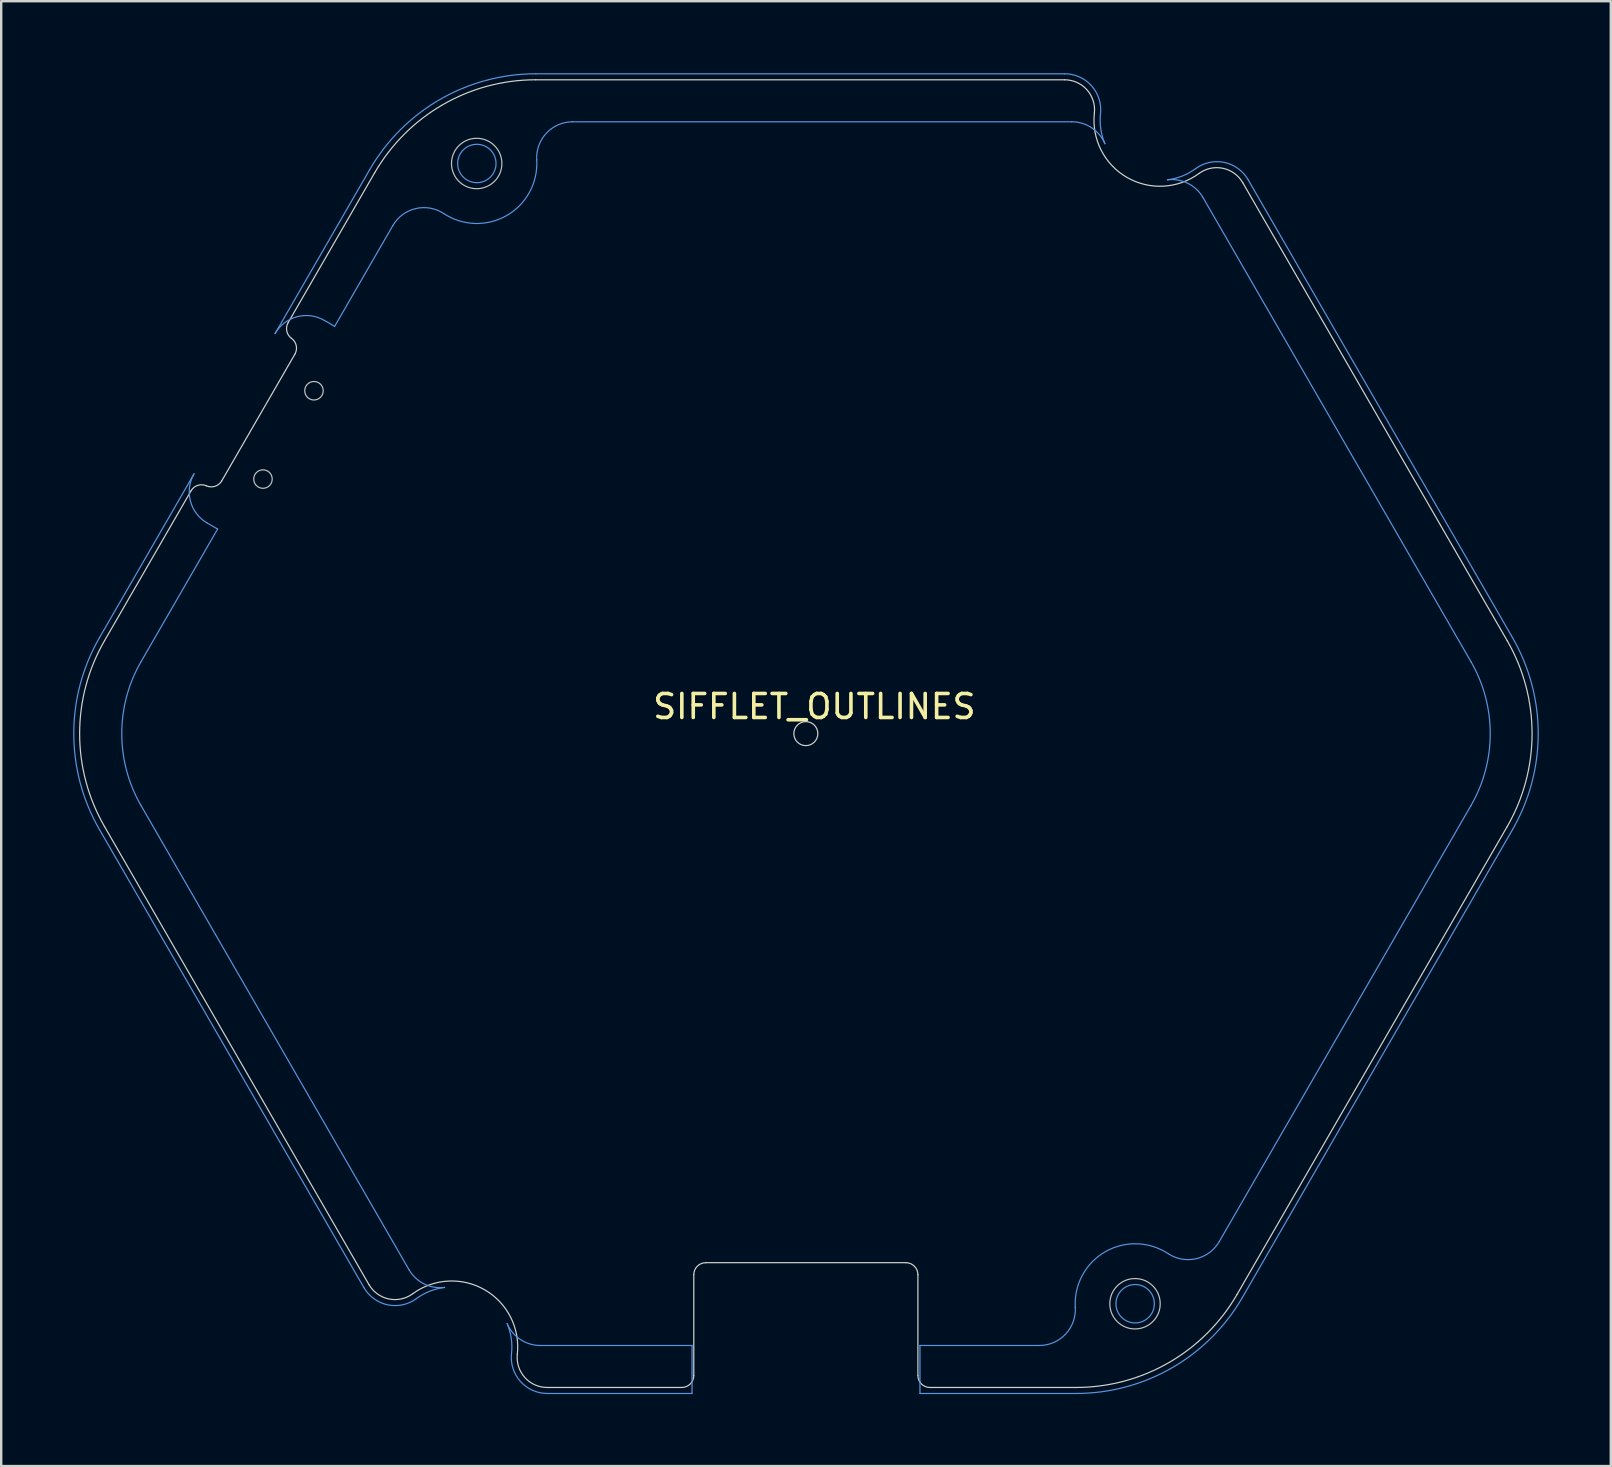
<source format=kicad_pcb>
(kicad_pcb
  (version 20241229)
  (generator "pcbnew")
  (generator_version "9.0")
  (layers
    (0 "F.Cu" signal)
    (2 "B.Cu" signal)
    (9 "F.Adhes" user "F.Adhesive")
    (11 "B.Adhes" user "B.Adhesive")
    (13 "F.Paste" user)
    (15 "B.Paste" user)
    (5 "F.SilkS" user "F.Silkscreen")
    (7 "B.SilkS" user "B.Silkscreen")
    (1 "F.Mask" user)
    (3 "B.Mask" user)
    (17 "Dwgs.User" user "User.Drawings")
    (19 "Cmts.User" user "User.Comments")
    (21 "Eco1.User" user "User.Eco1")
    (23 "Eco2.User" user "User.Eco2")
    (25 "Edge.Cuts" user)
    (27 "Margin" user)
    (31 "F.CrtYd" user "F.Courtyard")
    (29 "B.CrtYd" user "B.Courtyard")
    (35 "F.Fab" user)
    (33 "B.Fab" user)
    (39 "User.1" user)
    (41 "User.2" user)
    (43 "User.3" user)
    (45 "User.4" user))
  (footprint "SIFFLET_OUTLINES"
    (layer "F.Cu")
    (at 30.54 27.526)
    (property "Reference" "SIFFLET_OUTLINES" (at 0.35 -1.13 180) (layer "F.SilkS") (effects (font (size 1 1) (thickness 0.15))))
    (attr through_hole)
    (fp_circle (center -22.63 -10.61) (end -22.245 -10.61) (stroke (width 0.05) (type solid)) (fill no) (layer "Dwgs.User"))
    (fp_circle (center -20.505 -14.291) (end -20.12 -14.291) (stroke (width 0.05) (type solid)) (fill no) (layer "Dwgs.User"))
    (fp_circle (center -13.723 -23.762) (end -12.673 -23.762) (stroke (width 0.05) (type solid)) (fill no) (layer "Dwgs.User"))
    (fp_circle (center 13.714 23.76) (end 14.764 23.76) (stroke (width 0.05) (type solid)) (fill no) (layer "Dwgs.User"))
    (fp_line (start -29.443 -4.001) (end -25.503 -10.826) (stroke (width 0.05) (type solid)) (layer "Cmts.User"))
    (fp_line (start -27.711 -3.001) (end -24.521 -8.527) (stroke (width 0.05) (type solid)) (layer "Cmts.User"))
    (fp_line (start -24.954 -8.777) (end -24.521 -8.527) (stroke (width 0.05) (type solid)) (layer "Cmts.User"))
    (fp_line (start -22.125 -16.675) (end -18.185 -23.501) (stroke (width 0.05) (type solid)) (layer "Cmts.User"))
    (fp_line (start -19.643 -16.975) (end -20.076 -17.225) (stroke (width 0.05) (type solid)) (layer "Cmts.User"))
    (fp_line (start -19.643 -16.975) (end -17.219 -21.173) (stroke (width 0.05) (type solid)) (layer "Cmts.User"))
    (fp_line (start -18.423 23.087) (end -29.443 3.999) (stroke (width 0.05) (type solid)) (layer "Cmts.User"))
    (fp_line (start -16.544 22.341) (end -27.711 2.999) (stroke (width 0.05) (type solid)) (layer "Cmts.User"))
    (fp_line (start -11.257 -27.501) (end 10.784 -27.501) (stroke (width 0.05) (type solid)) (layer "Cmts.User"))
    (fp_line (start -9.724 -25.501) (end 11.078 -25.501) (stroke (width 0.05) (type solid)) (layer "Cmts.User"))
    (fp_line (start -4.748 25.499) (end -11.074 25.499) (stroke (width 0.05) (type solid)) (layer "Cmts.User"))
    (fp_line (start -4.748 25.499) (end -4.748 27.499) (stroke (width 0.05) (type solid)) (layer "Cmts.User"))
    (fp_line (start -4.748 27.499) (end -10.781 27.499) (stroke (width 0.05) (type solid)) (layer "Cmts.User"))
    (fp_line (start 4.751 27.499) (end 4.751 25.499) (stroke (width 0.05) (type solid)) (layer "Cmts.User"))
    (fp_line (start 9.727 25.499) (end 4.751 25.499) (stroke (width 0.05) (type solid)) (layer "Cmts.User"))
    (fp_line (start 11.26 27.499) (end 4.751 27.499) (stroke (width 0.05) (type solid)) (layer "Cmts.User"))
    (fp_line (start 16.547 -22.343) (end 27.714 -3.001) (stroke (width 0.05) (type solid)) (layer "Cmts.User"))
    (fp_line (start 18.426 -23.089) (end 29.447 -4.001) (stroke (width 0.05) (type solid)) (layer "Cmts.User"))
    (fp_line (start 27.714 2.999) (end 17.223 21.172) (stroke (width 0.05) (type solid)) (layer "Cmts.User"))
    (fp_line (start 29.447 3.999) (end 18.188 23.499) (stroke (width 0.05) (type solid)) (layer "Cmts.User"))
    (fp_arc (start -29.443193 3.999156) (mid -30.51499 -0.000844) (end -29.443193 -4.000844) (stroke (width 0.05) (type solid)) (layer "Cmts.User"))
    (fp_arc (start -27.711142 2.999156) (mid -28.51499 -0.000844) (end -27.711142 -3.000844) (stroke (width 0.05) (type solid)) (layer "Cmts.User"))
    (fp_arc (start -24.953522 -8.777182) (mid -25.652411 -9.687992) (end -25.50256 -10.82622) (stroke (width 0.05) (type solid)) (layer "Cmts.User"))
    (fp_arc (start -22.125496 -16.675467) (mid -21.214686 -17.374356) (end -20.076458 -17.224505) (stroke (width 0.05) (type solid)) (layer "Cmts.User"))
    (fp_arc (start -18.184863 -23.500844) (mid -15.25666 -26.429047) (end -11.25666 -27.500844) (stroke (width 0.05) (type solid)) (layer "Cmts.User"))
    (fp_arc (start -17.219234 -21.173361) (mid -16.264918 -21.883213) (end -15.09387 -21.675234) (stroke (width 0.05) (type solid)) (layer "Cmts.User"))
    (fp_arc (start -16.236127 23.546097) (mid -17.432039 23.804946) (end -18.422846 23.086956) (stroke (width 0.05) (type solid)) (layer "Cmts.User"))
    (fp_arc (start -16.236127 23.546098) (mid -15.678909 23.237661) (end -15.061836 23.08003) (stroke (width 0.05) (type solid)) (layer "Cmts.User"))
    (fp_arc (start -15.061836 23.08003) (mid -15.914102 22.933717) (end -16.54398 22.341248) (stroke (width 0.05) (type solid)) (layer "Cmts.User"))
    (fp_arc (start -12.4552 24.584972) (mid -12.283176 25.198188) (end -12.271681 25.834972) (stroke (width 0.05) (type solid)) (layer "Cmts.User"))
    (fp_arc (start -11.221133 -23.911161) (mid -10.815724 -25.029308) (end -9.723816 -25.500844) (stroke (width 0.05) (type solid)) (layer "Cmts.User"))
    (fp_arc (start -11.221133 -23.91116) (mid -12.46666 -21.596625) (end -15.09387 -21.675234) (stroke (width 0.05) (type solid)) (layer "Cmts.User"))
    (fp_arc (start -11.074324 25.499157) (mid -11.902357 25.249901) (end -12.4552 24.584972) (stroke (width 0.05) (type solid)) (layer "Cmts.User"))
    (fp_arc (start -10.780694 27.499157) (mid -11.897895 27.000087) (end -12.271681 25.834972) (stroke (width 0.05) (type solid)) (layer "Cmts.User"))
    (fp_arc (start 10.784034 -27.500845) (mid 11.901235 -27.001775) (end 12.275021 -25.83666) (stroke (width 0.05) (type solid)) (layer "Cmts.User"))
    (fp_arc (start 11.077664 -25.500845) (mid 11.905697 -25.251589) (end 12.45854 -24.58666) (stroke (width 0.05) (type solid)) (layer "Cmts.User"))
    (fp_arc (start 11.224473 23.909472) (mid 12.47 21.594937) (end 15.09721 21.673546) (stroke (width 0.05) (type solid)) (layer "Cmts.User"))
    (fp_arc (start 11.224473 23.909473) (mid 10.819064 25.02762) (end 9.727156 25.499156) (stroke (width 0.05) (type solid)) (layer "Cmts.User"))
    (fp_arc (start 12.45854 -24.58666) (mid 12.286516 -25.199876) (end 12.275021 -25.83666) (stroke (width 0.05) (type solid)) (layer "Cmts.User"))
    (fp_arc (start 15.065176 -23.081718) (mid 15.917442 -22.935405) (end 16.54732 -22.342936) (stroke (width 0.05) (type solid)) (layer "Cmts.User"))
    (fp_arc (start 16.239467 -23.547786) (mid 15.682249 -23.239349) (end 15.065176 -23.081718) (stroke (width 0.05) (type solid)) (layer "Cmts.User"))
    (fp_arc (start 16.239467 -23.547785) (mid 17.435379 -23.806634) (end 18.426186 -23.088644) (stroke (width 0.05) (type solid)) (layer "Cmts.User"))
    (fp_arc (start 17.222574 21.171673) (mid 16.268258 21.881525) (end 15.09721 21.673546) (stroke (width 0.05) (type solid)) (layer "Cmts.User"))
    (fp_arc (start 18.188203 23.499156) (mid 15.26 26.427359) (end 11.26 27.499156) (stroke (width 0.05) (type solid)) (layer "Cmts.User"))
    (fp_arc (start 27.714481 -3.000844) (mid 28.518329 -0.000845) (end 27.714482 2.999155) (stroke (width 0.05) (type solid)) (layer "Cmts.User"))
    (fp_arc (start 29.446532 -4.000844) (mid 30.518329 -0.000845) (end 29.446533 3.999155) (stroke (width 0.05) (type solid)) (layer "Cmts.User"))
    (fp_circle (center -13.717 -23.762) (end -14.517 -23.762) (stroke (width 0.05) (type solid)) (fill no) (layer "Cmts.User"))
    (fp_circle (center 13.72 23.76) (end 12.92 23.76) (stroke (width 0.05) (type solid)) (fill no) (layer "Cmts.User"))
    (fp_line (start -29.233 3.874) (end -18.213 22.962) (stroke (width 0.05) (type solid)) (layer "Edge.Cuts"))
    (fp_line (start -25.626 -10.123) (end -29.233 -3.876) (stroke (width 0.05) (type solid)) (layer "Edge.Cuts"))
    (fp_line (start -21.299 -15.817) (end -24.349 -10.535) (stroke (width 0.05) (type solid)) (layer "Edge.Cuts"))
    (fp_line (start -17.975 -23.376) (end -21.581 -17.129) (stroke (width 0.05) (type solid)) (layer "Edge.Cuts"))
    (fp_line (start -10.787 27.249) (end -5.175 27.249) (stroke (width 0.05) (type solid)) (layer "Edge.Cuts"))
    (fp_line (start -4.675 22.549) (end -4.675 26.749) (stroke (width 0.05) (type solid)) (layer "Edge.Cuts"))
    (fp_line (start 4.165 22.049) (end -4.175 22.049) (stroke (width 0.05) (type solid)) (layer "Edge.Cuts"))
    (fp_line (start 4.665 26.749) (end 4.665 22.549) (stroke (width 0.05) (type solid)) (layer "Edge.Cuts"))
    (fp_line (start 5.165 27.249) (end 11.254 27.249) (stroke (width 0.05) (type solid)) (layer "Edge.Cuts"))
    (fp_line (start 10.778 -27.251) (end -11.263 -27.251) (stroke (width 0.05) (type solid)) (layer "Edge.Cuts"))
    (fp_line (start 17.965 23.374) (end 29.224 3.874) (stroke (width 0.05) (type solid)) (layer "Edge.Cuts"))
    (fp_line (start 29.224 -3.876) (end 18.203 -22.964) (stroke (width 0.05) (type solid)) (layer "Edge.Cuts"))
    (fp_arc (start -29.232927 3.87406) (mid -30.271231 -0.00094) (end -29.232928 -3.87594) (stroke (width 0.05) (type solid)) (layer "Edge.Cuts"))
    (fp_arc (start -25.626256 -10.122879) (mid -25.346669 -10.348757) (end -24.987798 -10.328721) (stroke (width 0.05) (type solid)) (layer "Edge.Cuts"))
    (fp_arc (start -24.34934 -10.534564) (mid -24.628927 -10.308685) (end -24.987798 -10.328721) (stroke (width 0.05) (type solid)) (layer "Edge.Cuts"))
    (fp_arc (start -21.440305 -16.47316) (mid -21.243517 -16.172387) (end -21.29934 -15.817318) (stroke (width 0.05) (type solid)) (layer "Edge.Cuts"))
    (fp_arc (start -21.440304 -16.47316) (mid -21.637092 -16.773933) (end -21.581269 -17.129002) (stroke (width 0.05) (type solid)) (layer "Edge.Cuts"))
    (fp_arc (start -17.974597 -23.375941) (mid -15.1379 -26.212637) (end -11.262901 -27.25094) (stroke (width 0.05) (type solid)) (layer "Edge.Cuts"))
    (fp_arc (start -16.390315 23.344477) (mid -17.386908 23.560184) (end -18.212581 22.961859) (stroke (width 0.05) (type solid)) (layer "Edge.Cuts"))
    (fp_arc (start -16.390315 23.344477) (mid -13.387901 23.179667) (end -12.029424 25.862239) (stroke (width 0.05) (type solid)) (layer "Edge.Cuts"))
    (fp_arc (start -10.786935 27.249059) (mid -11.717935 26.833167) (end -12.029424 25.862239) (stroke (width 0.05) (type solid)) (layer "Edge.Cuts"))
    (fp_arc (start -4.674571 22.549059) (mid -4.528124 22.195506) (end -4.174571 22.049059) (stroke (width 0.05) (type solid)) (layer "Edge.Cuts"))
    (fp_arc (start -4.674571 26.749059) (mid -4.821018 27.102612) (end -5.174571 27.249059) (stroke (width 0.05) (type solid)) (layer "Edge.Cuts"))
    (fp_arc (start 4.165429 22.049059) (mid 4.518982 22.195506) (end 4.665429 22.549059) (stroke (width 0.05) (type solid)) (layer "Edge.Cuts"))
    (fp_arc (start 5.165429 27.249059) (mid 4.811876 27.102612) (end 4.665429 26.749059) (stroke (width 0.05) (type solid)) (layer "Edge.Cuts"))
    (fp_arc (start 10.777793 -27.250941) (mid 11.708793 -26.835049) (end 12.020282 -25.864121) (stroke (width 0.05) (type solid)) (layer "Edge.Cuts"))
    (fp_arc (start 16.381173 -23.346359) (mid 13.378759 -23.181549) (end 12.020282 -25.864121) (stroke (width 0.05) (type solid)) (layer "Edge.Cuts"))
    (fp_arc (start 16.381173 -23.346359) (mid 17.377766 -23.562066) (end 18.203439 -22.963741) (stroke (width 0.05) (type solid)) (layer "Edge.Cuts"))
    (fp_arc (start 17.965455 23.374059) (mid 15.128758 26.210755) (end 11.253759 27.249058) (stroke (width 0.05) (type solid)) (layer "Edge.Cuts"))
    (fp_arc (start 29.223786 -3.875941) (mid 30.262089 -0.000941) (end 29.223786 3.874059) (stroke (width 0.05) (type solid)) (layer "Edge.Cuts"))
    (fp_circle (center -0.005 -0.001) (end 0.495 -0.001) (stroke (width 0.05) (type solid)) (fill no) (layer "Edge.Cuts")))
  (gr_rect
    (start -3 -3)
    (end 64.083 58.05)
    (stroke (width 0.1) (type default))
    (fill no)
    (layer "Edge.Cuts")))
</source>
